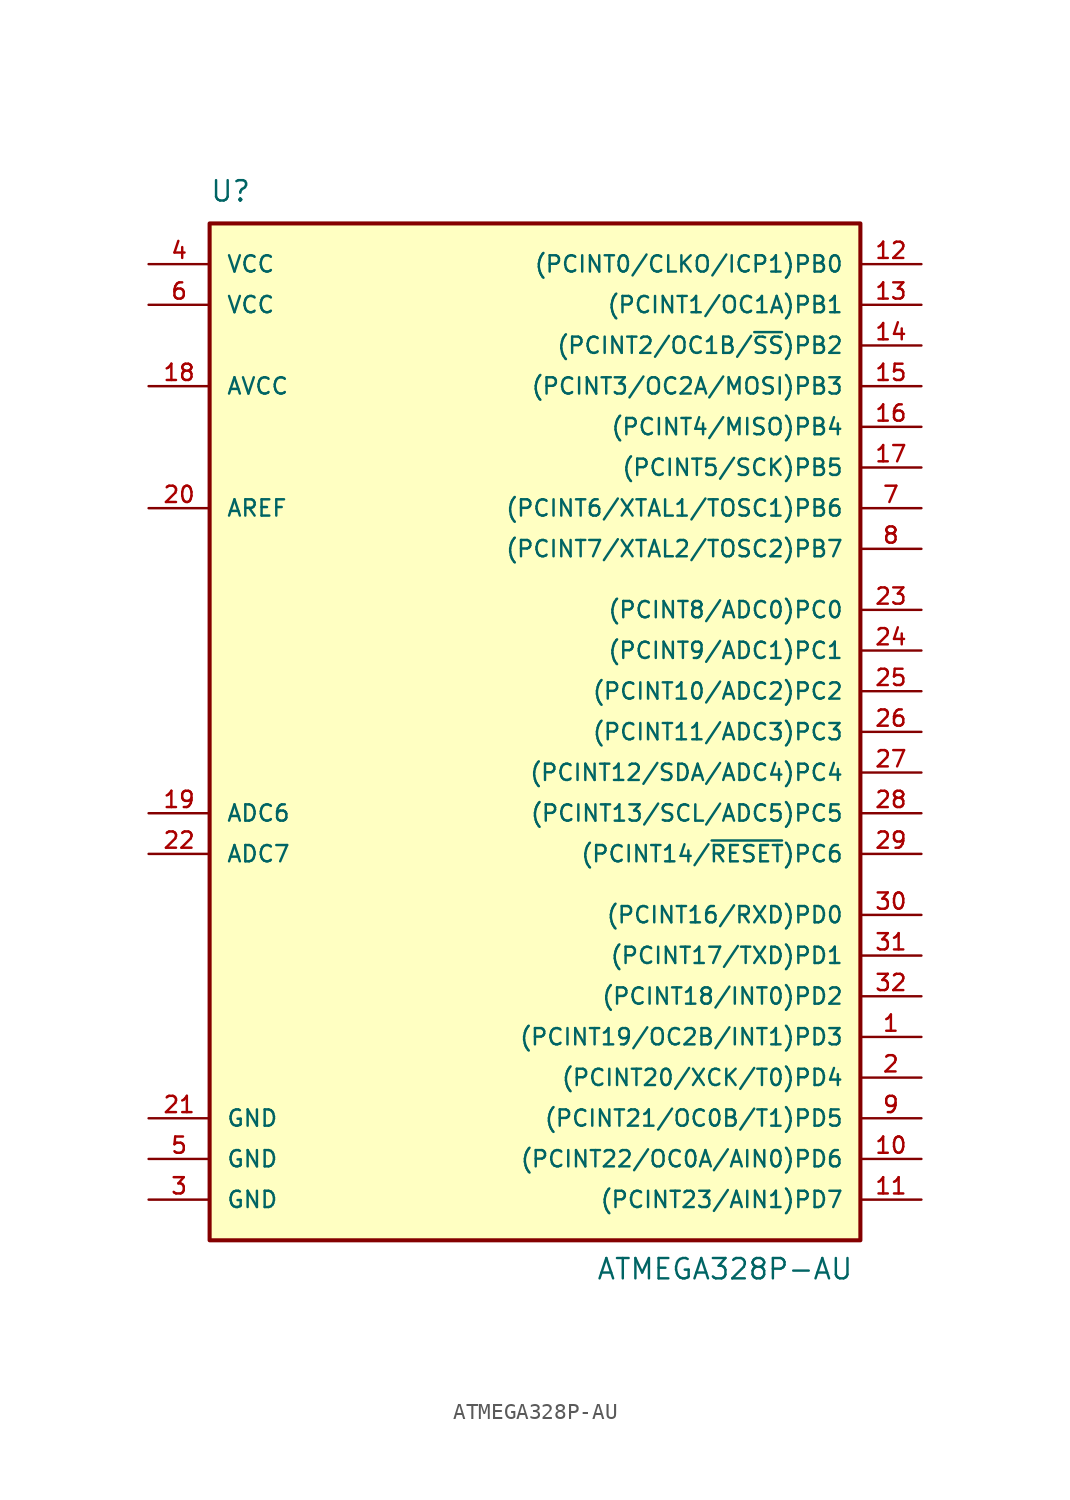
<source format=kicad_sym>
(kicad_symbol_lib
  (version 20220914)
  (generator kicad_symbol_editor)
  (symbol "ATMEGA328P-AU"
    (pin_names
      (offset 1.016))
    (property "Reference" "U"
      (at -19.05 31.75 0)
      (effects (font (size 1.27 1.27)) (justify left bottom)))
    (property "Value" "ATMEGA328P-AU"
      (at 5.08 -35.56 0)
      (effects (font (size 1.27 1.27)) (justify left bottom)))
    (symbol "ATMEGA328P-AU_0_1"
      (rectangle (start -19.05 30.48) (end 21.59 -33.02) (stroke (width 0.254) (type solid)) (fill (type background))))
    (symbol "ATMEGA328P-AU_1_1"
      (pin bidirectional line (at 25.4 -20.32 180) (length 3.81) (name "(PCINT19/OC2B/INT1)PD3" (effects (font (size 1.016 1.016)))) (number "1" (effects (font (size 1.016 1.016)))))
      (pin bidirectional line (at 25.4 -27.94 180) (length 3.81) (name "(PCINT22/OC0A/AIN0)PD6" (effects (font (size 1.016 1.016)))) (number "10" (effects (font (size 1.016 1.016)))))
      (pin bidirectional line (at 25.4 -30.48 180) (length 3.81) (name "(PCINT23/AIN1)PD7" (effects (font (size 1.016 1.016)))) (number "11" (effects (font (size 1.016 1.016)))))
      (pin bidirectional line (at 25.4 27.94 180) (length 3.81) (name "(PCINT0/CLKO/ICP1)PB0" (effects (font (size 1.016 1.016)))) (number "12" (effects (font (size 1.016 1.016)))))
      (pin bidirectional line (at 25.4 25.4 180) (length 3.81) (name "(PCINT1/OC1A)PB1" (effects (font (size 1.016 1.016)))) (number "13" (effects (font (size 1.016 1.016)))))
      (pin bidirectional line (at 25.4 22.86 180) (length 3.81) (name "(PCINT2/OC1B/~{SS})PB2" (effects (font (size 1.016 1.016)))) (number "14" (effects (font (size 1.016 1.016)))))
      (pin bidirectional line (at 25.4 20.32 180) (length 3.81) (name "(PCINT3/OC2A/MOSI)PB3" (effects (font (size 1.016 1.016)))) (number "15" (effects (font (size 1.016 1.016)))))
      (pin bidirectional line (at 25.4 17.78 180) (length 3.81) (name "(PCINT4/MISO)PB4" (effects (font (size 1.016 1.016)))) (number "16" (effects (font (size 1.016 1.016)))))
      (pin bidirectional line (at 25.4 15.24 180) (length 3.81) (name "(PCINT5/SCK)PB5" (effects (font (size 1.016 1.016)))) (number "17" (effects (font (size 1.016 1.016)))))
      (pin power_in line (at -22.86 20.32 0) (length 3.81) (name "AVCC" (effects (font (size 1.016 1.016)))) (number "18" (effects (font (size 1.016 1.016)))))
      (pin input line (at -22.86 -6.35 0) (length 3.81) (name "ADC6" (effects (font (size 1.016 1.016)))) (number "19" (effects (font (size 1.016 1.016)))))
      (pin bidirectional line (at 25.4 -22.86 180) (length 3.81) (name "(PCINT20/XCK/T0)PD4" (effects (font (size 1.016 1.016)))) (number "2" (effects (font (size 1.016 1.016)))))
      (pin bidirectional line (at -22.86 12.7 0) (length 3.81) (name "AREF" (effects (font (size 1.016 1.016)))) (number "20" (effects (font (size 1.016 1.016)))))
      (pin power_in line (at -22.86 -25.4 0) (length 3.81) (name "GND" (effects (font (size 1.016 1.016)))) (number "21" (effects (font (size 1.016 1.016)))))
      (pin input line (at -22.86 -8.89 0) (length 3.81) (name "ADC7" (effects (font (size 1.016 1.016)))) (number "22" (effects (font (size 1.016 1.016)))))
      (pin bidirectional line (at 25.4 6.35 180) (length 3.81) (name "(PCINT8/ADC0)PC0" (effects (font (size 1.016 1.016)))) (number "23" (effects (font (size 1.016 1.016)))))
      (pin bidirectional line (at 25.4 3.81 180) (length 3.81) (name "(PCINT9/ADC1)PC1" (effects (font (size 1.016 1.016)))) (number "24" (effects (font (size 1.016 1.016)))))
      (pin bidirectional line (at 25.4 1.27 180) (length 3.81) (name "(PCINT10/ADC2)PC2" (effects (font (size 1.016 1.016)))) (number "25" (effects (font (size 1.016 1.016)))))
      (pin bidirectional line (at 25.4 -1.27 180) (length 3.81) (name "(PCINT11/ADC3)PC3" (effects (font (size 1.016 1.016)))) (number "26" (effects (font (size 1.016 1.016)))))
      (pin bidirectional line (at 25.4 -3.81 180) (length 3.81) (name "(PCINT12/SDA/ADC4)PC4" (effects (font (size 1.016 1.016)))) (number "27" (effects (font (size 1.016 1.016)))))
      (pin bidirectional line (at 25.4 -6.35 180) (length 3.81) (name "(PCINT13/SCL/ADC5)PC5" (effects (font (size 1.016 1.016)))) (number "28" (effects (font (size 1.016 1.016)))))
      (pin bidirectional line (at 25.4 -8.89 180) (length 3.81) (name "(PCINT14/~{RESET})PC6" (effects (font (size 1.016 1.016)))) (number "29" (effects (font (size 1.016 1.016)))))
      (pin power_in line (at -22.86 -30.48 0) (length 3.81) (name "GND" (effects (font (size 1.016 1.016)))) (number "3" (effects (font (size 1.016 1.016)))))
      (pin bidirectional line (at 25.4 -12.7 180) (length 3.81) (name "(PCINT16/RXD)PD0" (effects (font (size 1.016 1.016)))) (number "30" (effects (font (size 1.016 1.016)))))
      (pin bidirectional line (at 25.4 -15.24 180) (length 3.81) (name "(PCINT17/TXD)PD1" (effects (font (size 1.016 1.016)))) (number "31" (effects (font (size 1.016 1.016)))))
      (pin bidirectional line (at 25.4 -17.78 180) (length 3.81) (name "(PCINT18/INT0)PD2" (effects (font (size 1.016 1.016)))) (number "32" (effects (font (size 1.016 1.016)))))
      (pin power_in line (at -22.86 27.94 0) (length 3.81) (name "VCC" (effects (font (size 1.016 1.016)))) (number "4" (effects (font (size 1.016 1.016)))))
      (pin power_in line (at -22.86 -27.94 0) (length 3.81) (name "GND" (effects (font (size 1.016 1.016)))) (number "5" (effects (font (size 1.016 1.016)))))
      (pin power_in line (at -22.86 25.4 0) (length 3.81) (name "VCC" (effects (font (size 1.016 1.016)))) (number "6" (effects (font (size 1.016 1.016)))))
      (pin bidirectional line (at 25.4 12.7 180) (length 3.81) (name "(PCINT6/XTAL1/TOSC1)PB6" (effects (font (size 1.016 1.016)))) (number "7" (effects (font (size 1.016 1.016)))))
      (pin bidirectional line (at 25.4 10.16 180) (length 3.81) (name "(PCINT7/XTAL2/TOSC2)PB7" (effects (font (size 1.016 1.016)))) (number "8" (effects (font (size 1.016 1.016)))))
      (pin bidirectional line (at 25.4 -25.4 180) (length 3.81) (name "(PCINT21/OC0B/T1)PD5" (effects (font (size 1.016 1.016)))) (number "9" (effects (font (size 1.016 1.016))))))))
</source>
